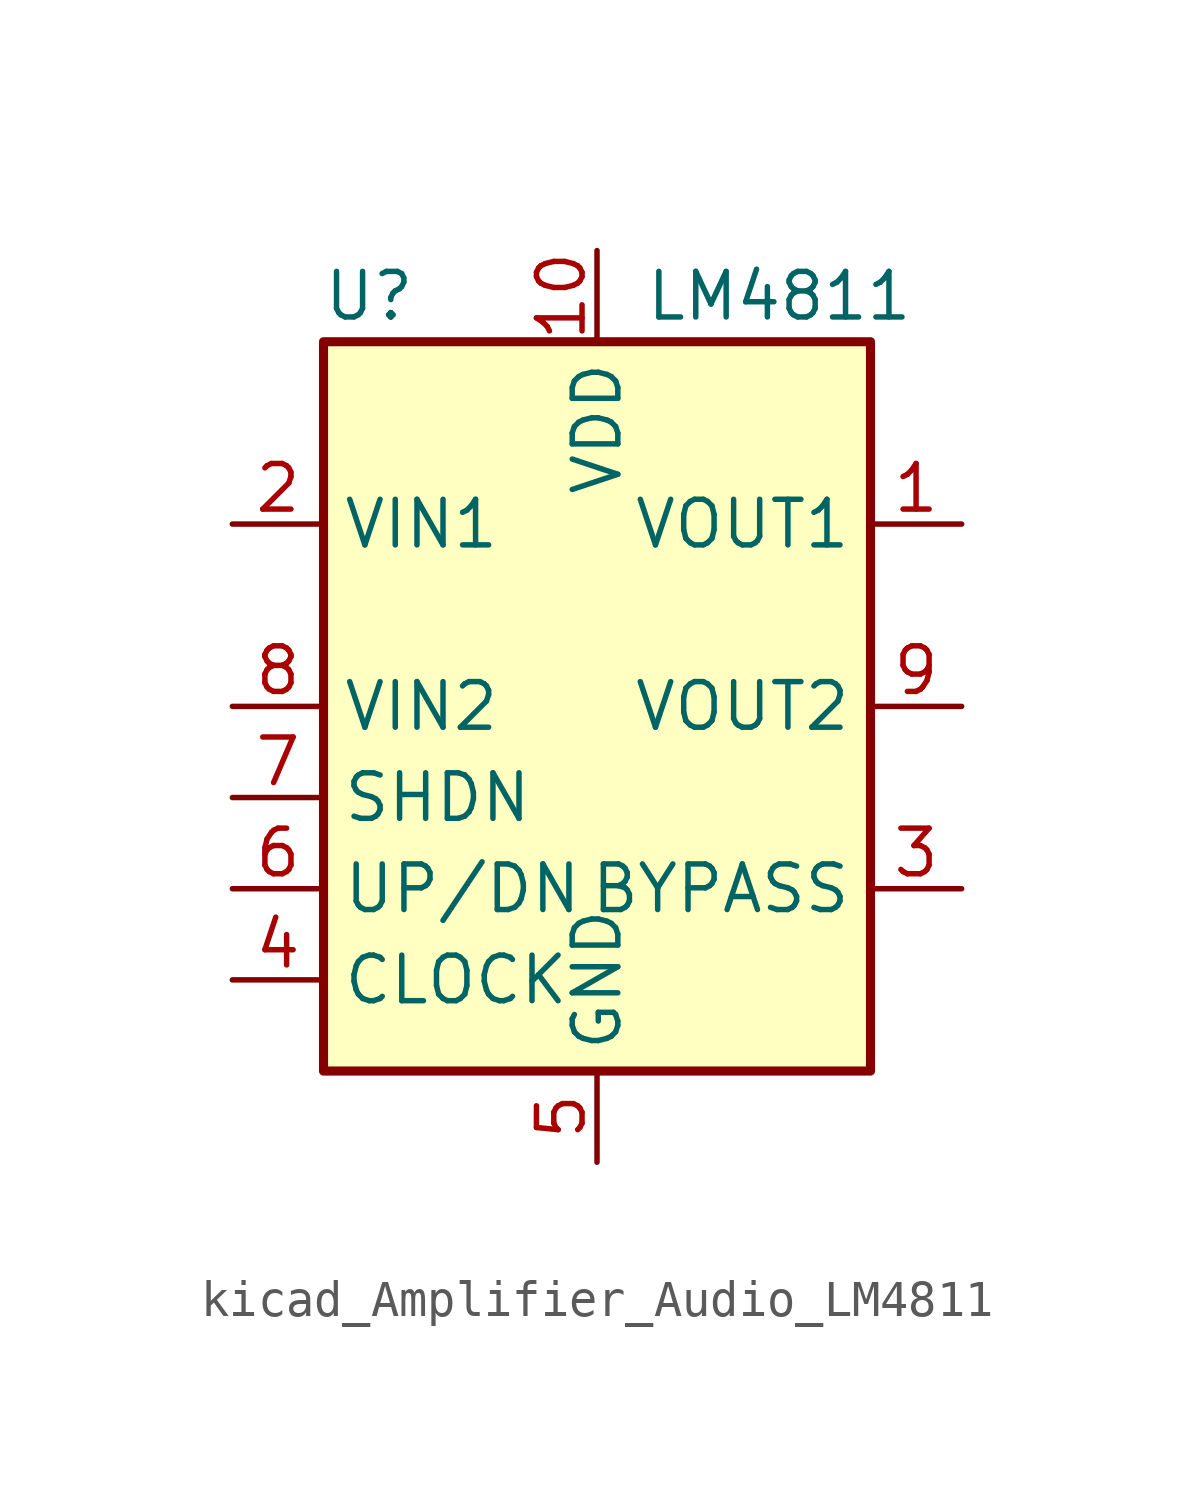
<source format=kicad_sym>
(kicad_symbol_lib
  (version 20220914)
  (generator kicad_symbol_editor)
  (symbol "kicad_Amplifier_Audio_LM4811"
    (property "Reference" "U"
      (at -6.35 11.43 0)
      (effects (font (size 1.27 1.27))))
    (property "Value" "LM4811"
      (at 5.08 11.43 0)
      (effects (font (size 1.27 1.27))))
    (symbol "kicad_Amplifier_Audio_LM4811_0_1"
      (rectangle (start -7.62 10.16) (end 7.62 -10.16) (stroke (width 0.254) (type default)) (fill (type background))))
    (symbol "kicad_Amplifier_Audio_LM4811_1_1"
      (pin output line (at 10.16 5.08 180) (length 2.54) (name "VOUT1" (effects (font (size 1.27 1.27)))) (number "1" (effects (font (size 1.27 1.27)))))
      (pin power_in line (at 0 12.7 270) (length 2.54) (name "VDD" (effects (font (size 1.27 1.27)))) (number "10" (effects (font (size 1.27 1.27)))))
      (pin input line (at -10.16 5.08 0) (length 2.54) (name "VIN1" (effects (font (size 1.27 1.27)))) (number "2" (effects (font (size 1.27 1.27)))))
      (pin passive line (at 10.16 -5.08 180) (length 2.54) (name "BYPASS" (effects (font (size 1.27 1.27)))) (number "3" (effects (font (size 1.27 1.27)))))
      (pin input line (at -10.16 -7.62 0) (length 2.54) (name "CLOCK" (effects (font (size 1.27 1.27)))) (number "4" (effects (font (size 1.27 1.27)))))
      (pin power_in line (at 0 -12.7 90) (length 2.54) (name "GND" (effects (font (size 1.27 1.27)))) (number "5" (effects (font (size 1.27 1.27)))))
      (pin input line (at -10.16 -5.08 0) (length 2.54) (name "UP/DN" (effects (font (size 1.27 1.27)))) (number "6" (effects (font (size 1.27 1.27)))))
      (pin input line (at -10.16 -2.54 0) (length 2.54) (name "SHDN" (effects (font (size 1.27 1.27)))) (number "7" (effects (font (size 1.27 1.27)))))
      (pin input line (at -10.16 0 0) (length 2.54) (name "VIN2" (effects (font (size 1.27 1.27)))) (number "8" (effects (font (size 1.27 1.27)))))
      (pin output line (at 10.16 0 180) (length 2.54) (name "VOUT2" (effects (font (size 1.27 1.27)))) (number "9" (effects (font (size 1.27 1.27))))))))
</source>
